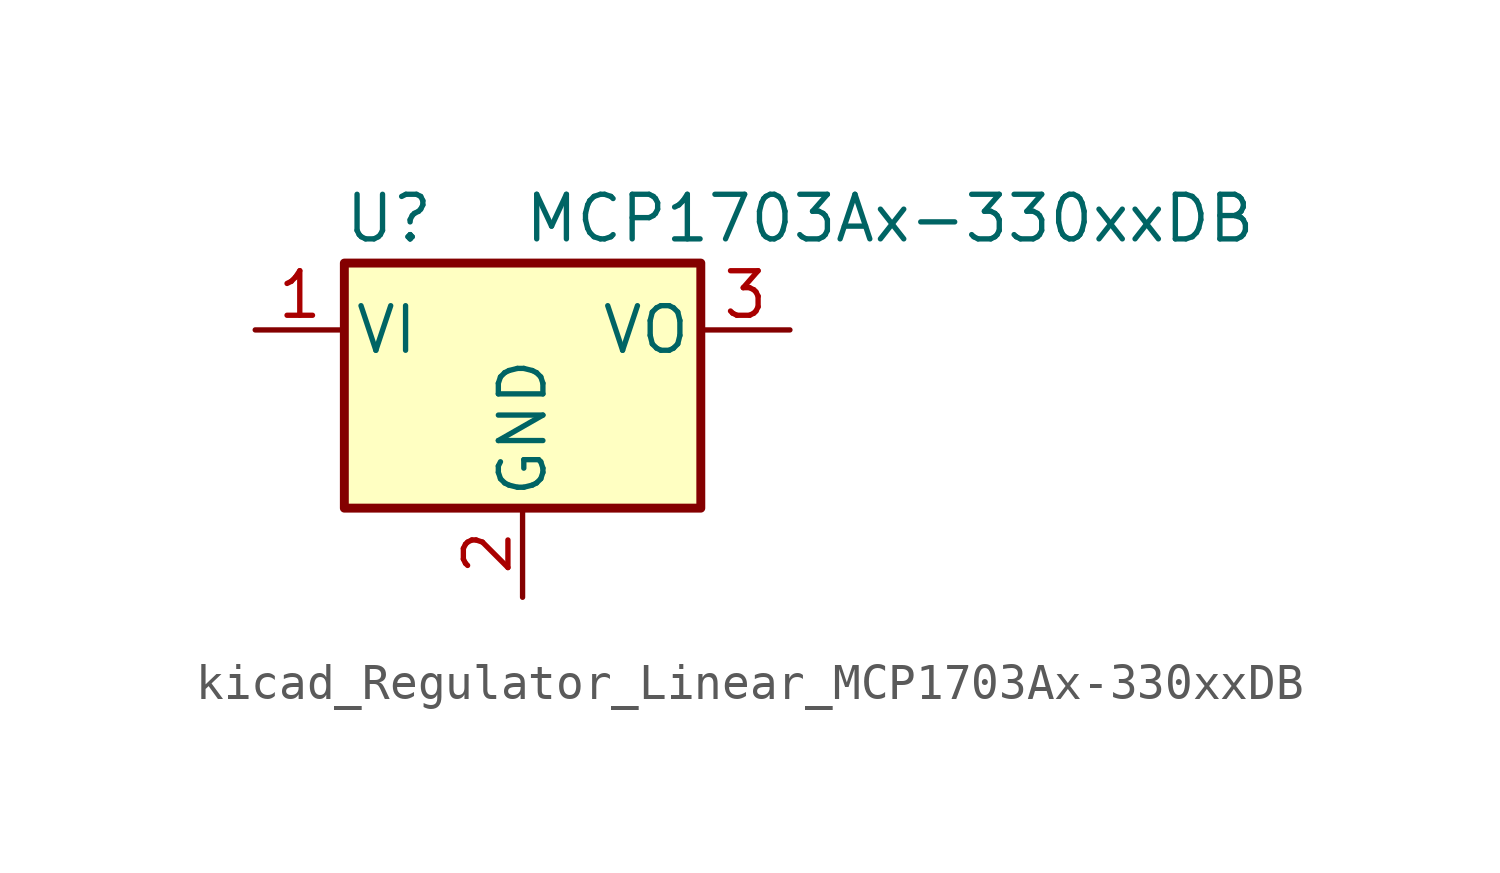
<source format=kicad_sym>
(kicad_symbol_lib
  (version 20220914)
  (generator kicad_symbol_editor)
  (symbol "kicad_Regulator_Linear_MCP1703Ax-330xxDB"
    (pin_names
      (offset 0.254))
    (property "Reference" "U"
      (at -3.81 3.175 0)
      (effects (font (size 1.27 1.27))))
    (property "Value" "MCP1703Ax-330xxDB"
      (at 0 3.175 0)
      (effects (font (size 1.27 1.27)) (justify left)))
    (symbol "kicad_Regulator_Linear_MCP1703Ax-330xxDB_0_1"
      (rectangle (start -5.08 -5.08) (end 5.08 1.905) (stroke (width 0.254) (type default)) (fill (type background))))
    (symbol "kicad_Regulator_Linear_MCP1703Ax-330xxDB_1_1"
      (pin power_in line (at -7.62 0 0) (length 2.54) (name "VI" (effects (font (size 1.27 1.27)))) (number "1" (effects (font (size 1.27 1.27)))))
      (pin power_in line (at 0 -7.62 90) (length 2.54) (name "GND" (effects (font (size 1.27 1.27)))) (number "2" (effects (font (size 1.27 1.27)))))
      (pin power_out line (at 7.62 0 180) (length 2.54) (name "VO" (effects (font (size 1.27 1.27)))) (number "3" (effects (font (size 1.27 1.27))))))))
</source>
